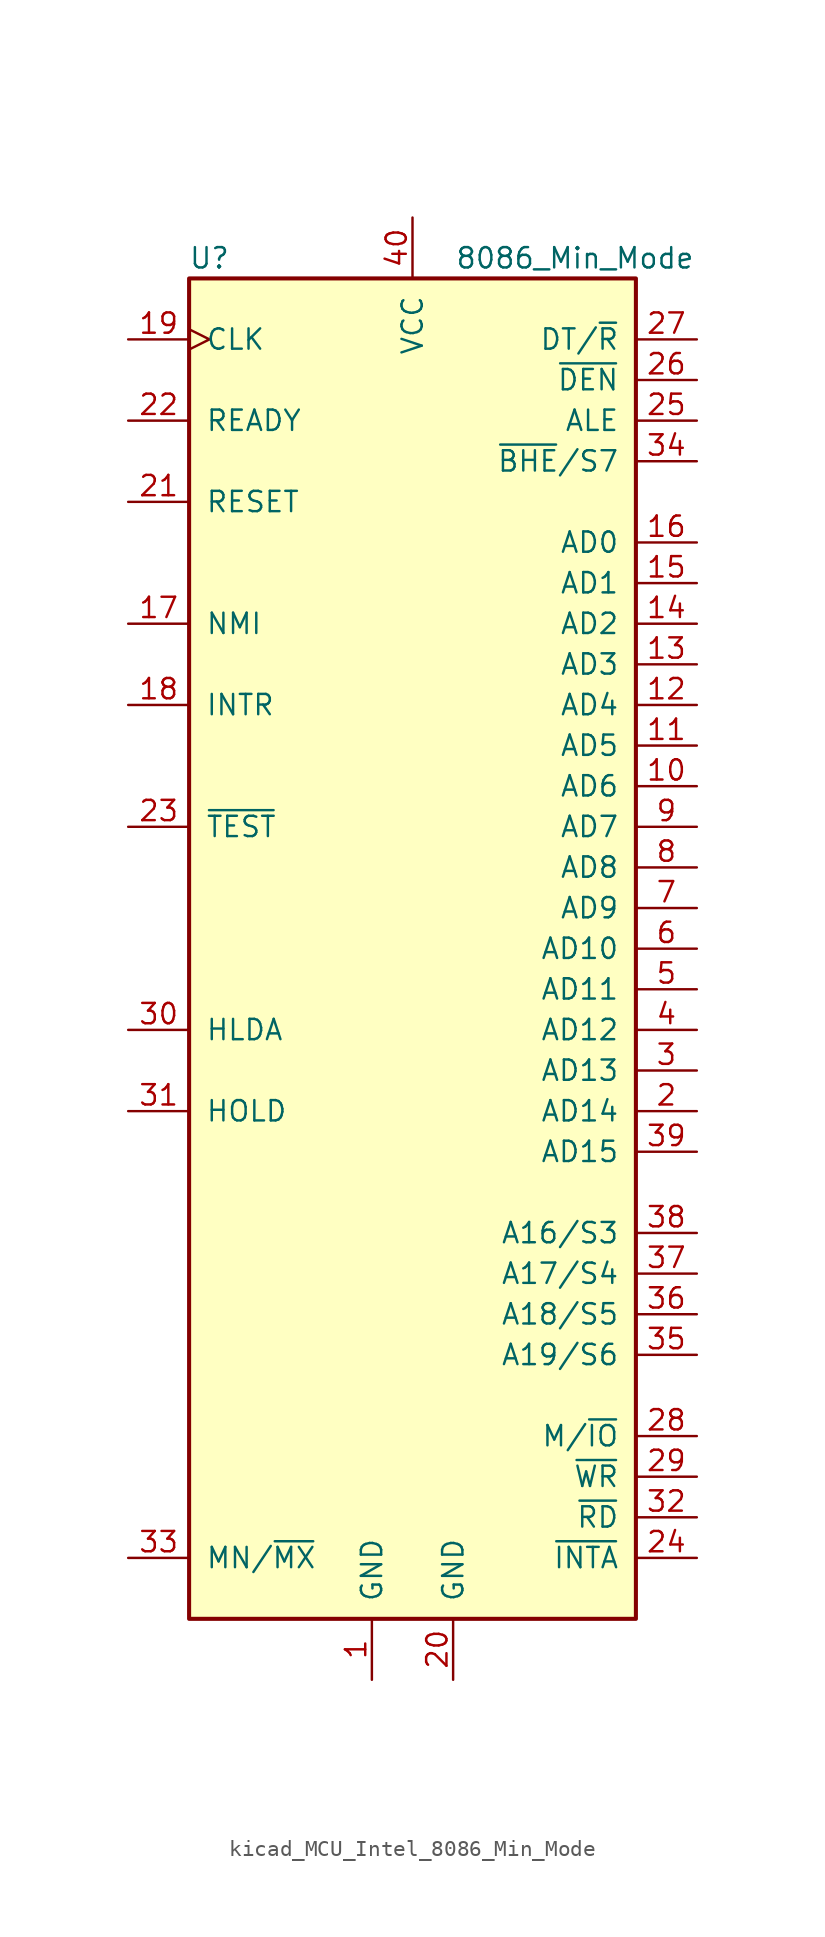
<source format=kicad_sym>
(kicad_symbol_lib
  (version 20220914)
  (generator kicad_symbol_editor)
  (symbol "kicad_MCU_Intel_8086_Min_Mode"
    (pin_names
      (offset 1.016))
    (property "Reference" "U"
      (at -12.7 43.18 0)
      (effects (font (size 1.27 1.27))))
    (property "Value" "8086_Min_Mode"
      (at 10.16 43.18 0)
      (effects (font (size 1.27 1.27))))
    (symbol "kicad_MCU_Intel_8086_Min_Mode_0_1"
      (rectangle (start 13.97 -41.91) (end -13.97 41.91) (stroke (width 0.254) (type default)) (fill (type background))))
    (symbol "kicad_MCU_Intel_8086_Min_Mode_1_1"
      (pin power_in line (at -2.54 -45.72 90) (length 3.81) (name "GND" (effects (font (size 1.27 1.27)))) (number "1" (effects (font (size 1.27 1.27)))))
      (pin bidirectional line (at 17.78 10.16 180) (length 3.81) (name "AD6" (effects (font (size 1.27 1.27)))) (number "10" (effects (font (size 1.27 1.27)))))
      (pin bidirectional line (at 17.78 12.7 180) (length 3.81) (name "AD5" (effects (font (size 1.27 1.27)))) (number "11" (effects (font (size 1.27 1.27)))))
      (pin bidirectional line (at 17.78 15.24 180) (length 3.81) (name "AD4" (effects (font (size 1.27 1.27)))) (number "12" (effects (font (size 1.27 1.27)))))
      (pin bidirectional line (at 17.78 17.78 180) (length 3.81) (name "AD3" (effects (font (size 1.27 1.27)))) (number "13" (effects (font (size 1.27 1.27)))))
      (pin bidirectional line (at 17.78 20.32 180) (length 3.81) (name "AD2" (effects (font (size 1.27 1.27)))) (number "14" (effects (font (size 1.27 1.27)))))
      (pin bidirectional line (at 17.78 22.86 180) (length 3.81) (name "AD1" (effects (font (size 1.27 1.27)))) (number "15" (effects (font (size 1.27 1.27)))))
      (pin bidirectional line (at 17.78 25.4 180) (length 3.81) (name "AD0" (effects (font (size 1.27 1.27)))) (number "16" (effects (font (size 1.27 1.27)))))
      (pin input line (at -17.78 20.32 0) (length 3.81) (name "NMI" (effects (font (size 1.27 1.27)))) (number "17" (effects (font (size 1.27 1.27)))))
      (pin input line (at -17.78 15.24 0) (length 3.81) (name "INTR" (effects (font (size 1.27 1.27)))) (number "18" (effects (font (size 1.27 1.27)))))
      (pin input clock (at -17.78 38.1 0) (length 3.81) (name "CLK" (effects (font (size 1.27 1.27)))) (number "19" (effects (font (size 1.27 1.27)))))
      (pin bidirectional line (at 17.78 -10.16 180) (length 3.81) (name "AD14" (effects (font (size 1.27 1.27)))) (number "2" (effects (font (size 1.27 1.27)))))
      (pin power_in line (at 2.54 -45.72 90) (length 3.81) (name "GND" (effects (font (size 1.27 1.27)))) (number "20" (effects (font (size 1.27 1.27)))))
      (pin input line (at -17.78 27.94 0) (length 3.81) (name "RESET" (effects (font (size 1.27 1.27)))) (number "21" (effects (font (size 1.27 1.27)))))
      (pin input line (at -17.78 33.02 0) (length 3.81) (name "READY" (effects (font (size 1.27 1.27)))) (number "22" (effects (font (size 1.27 1.27)))))
      (pin input line (at -17.78 7.62 0) (length 3.81) (name "~{TEST}" (effects (font (size 1.27 1.27)))) (number "23" (effects (font (size 1.27 1.27)))))
      (pin output line (at 17.78 -38.1 180) (length 3.81) (name "~{INTA}" (effects (font (size 1.27 1.27)))) (number "24" (effects (font (size 1.27 1.27)))))
      (pin output line (at 17.78 33.02 180) (length 3.81) (name "ALE" (effects (font (size 1.27 1.27)))) (number "25" (effects (font (size 1.27 1.27)))))
      (pin output line (at 17.78 35.56 180) (length 3.81) (name "~{DEN}" (effects (font (size 1.27 1.27)))) (number "26" (effects (font (size 1.27 1.27)))))
      (pin output line (at 17.78 38.1 180) (length 3.81) (name "DT/~{R}" (effects (font (size 1.27 1.27)))) (number "27" (effects (font (size 1.27 1.27)))))
      (pin output line (at 17.78 -30.48 180) (length 3.81) (name "M/~{IO}" (effects (font (size 1.27 1.27)))) (number "28" (effects (font (size 1.27 1.27)))))
      (pin output line (at 17.78 -33.02 180) (length 3.81) (name "~{WR}" (effects (font (size 1.27 1.27)))) (number "29" (effects (font (size 1.27 1.27)))))
      (pin bidirectional line (at 17.78 -7.62 180) (length 3.81) (name "AD13" (effects (font (size 1.27 1.27)))) (number "3" (effects (font (size 1.27 1.27)))))
      (pin output line (at -17.78 -5.08 0) (length 3.81) (name "HLDA" (effects (font (size 1.27 1.27)))) (number "30" (effects (font (size 1.27 1.27)))))
      (pin input line (at -17.78 -10.16 0) (length 3.81) (name "HOLD" (effects (font (size 1.27 1.27)))) (number "31" (effects (font (size 1.27 1.27)))))
      (pin output line (at 17.78 -35.56 180) (length 3.81) (name "~{RD}" (effects (font (size 1.27 1.27)))) (number "32" (effects (font (size 1.27 1.27)))))
      (pin input line (at -17.78 -38.1 0) (length 3.81) (name "MN/~{MX}" (effects (font (size 1.27 1.27)))) (number "33" (effects (font (size 1.27 1.27)))))
      (pin output line (at 17.78 30.48 180) (length 3.81) (name "~{BHE}/S7" (effects (font (size 1.27 1.27)))) (number "34" (effects (font (size 1.27 1.27)))))
      (pin output line (at 17.78 -25.4 180) (length 3.81) (name "A19/S6" (effects (font (size 1.27 1.27)))) (number "35" (effects (font (size 1.27 1.27)))))
      (pin output line (at 17.78 -22.86 180) (length 3.81) (name "A18/S5" (effects (font (size 1.27 1.27)))) (number "36" (effects (font (size 1.27 1.27)))))
      (pin output line (at 17.78 -20.32 180) (length 3.81) (name "A17/S4" (effects (font (size 1.27 1.27)))) (number "37" (effects (font (size 1.27 1.27)))))
      (pin output line (at 17.78 -17.78 180) (length 3.81) (name "A16/S3" (effects (font (size 1.27 1.27)))) (number "38" (effects (font (size 1.27 1.27)))))
      (pin bidirectional line (at 17.78 -12.7 180) (length 3.81) (name "AD15" (effects (font (size 1.27 1.27)))) (number "39" (effects (font (size 1.27 1.27)))))
      (pin bidirectional line (at 17.78 -5.08 180) (length 3.81) (name "AD12" (effects (font (size 1.27 1.27)))) (number "4" (effects (font (size 1.27 1.27)))))
      (pin power_in line (at 0 45.72 270) (length 3.81) (name "VCC" (effects (font (size 1.27 1.27)))) (number "40" (effects (font (size 1.27 1.27)))))
      (pin bidirectional line (at 17.78 -2.54 180) (length 3.81) (name "AD11" (effects (font (size 1.27 1.27)))) (number "5" (effects (font (size 1.27 1.27)))))
      (pin bidirectional line (at 17.78 0 180) (length 3.81) (name "AD10" (effects (font (size 1.27 1.27)))) (number "6" (effects (font (size 1.27 1.27)))))
      (pin bidirectional line (at 17.78 2.54 180) (length 3.81) (name "AD9" (effects (font (size 1.27 1.27)))) (number "7" (effects (font (size 1.27 1.27)))))
      (pin bidirectional line (at 17.78 5.08 180) (length 3.81) (name "AD8" (effects (font (size 1.27 1.27)))) (number "8" (effects (font (size 1.27 1.27)))))
      (pin bidirectional line (at 17.78 7.62 180) (length 3.81) (name "AD7" (effects (font (size 1.27 1.27)))) (number "9" (effects (font (size 1.27 1.27))))))))
</source>
